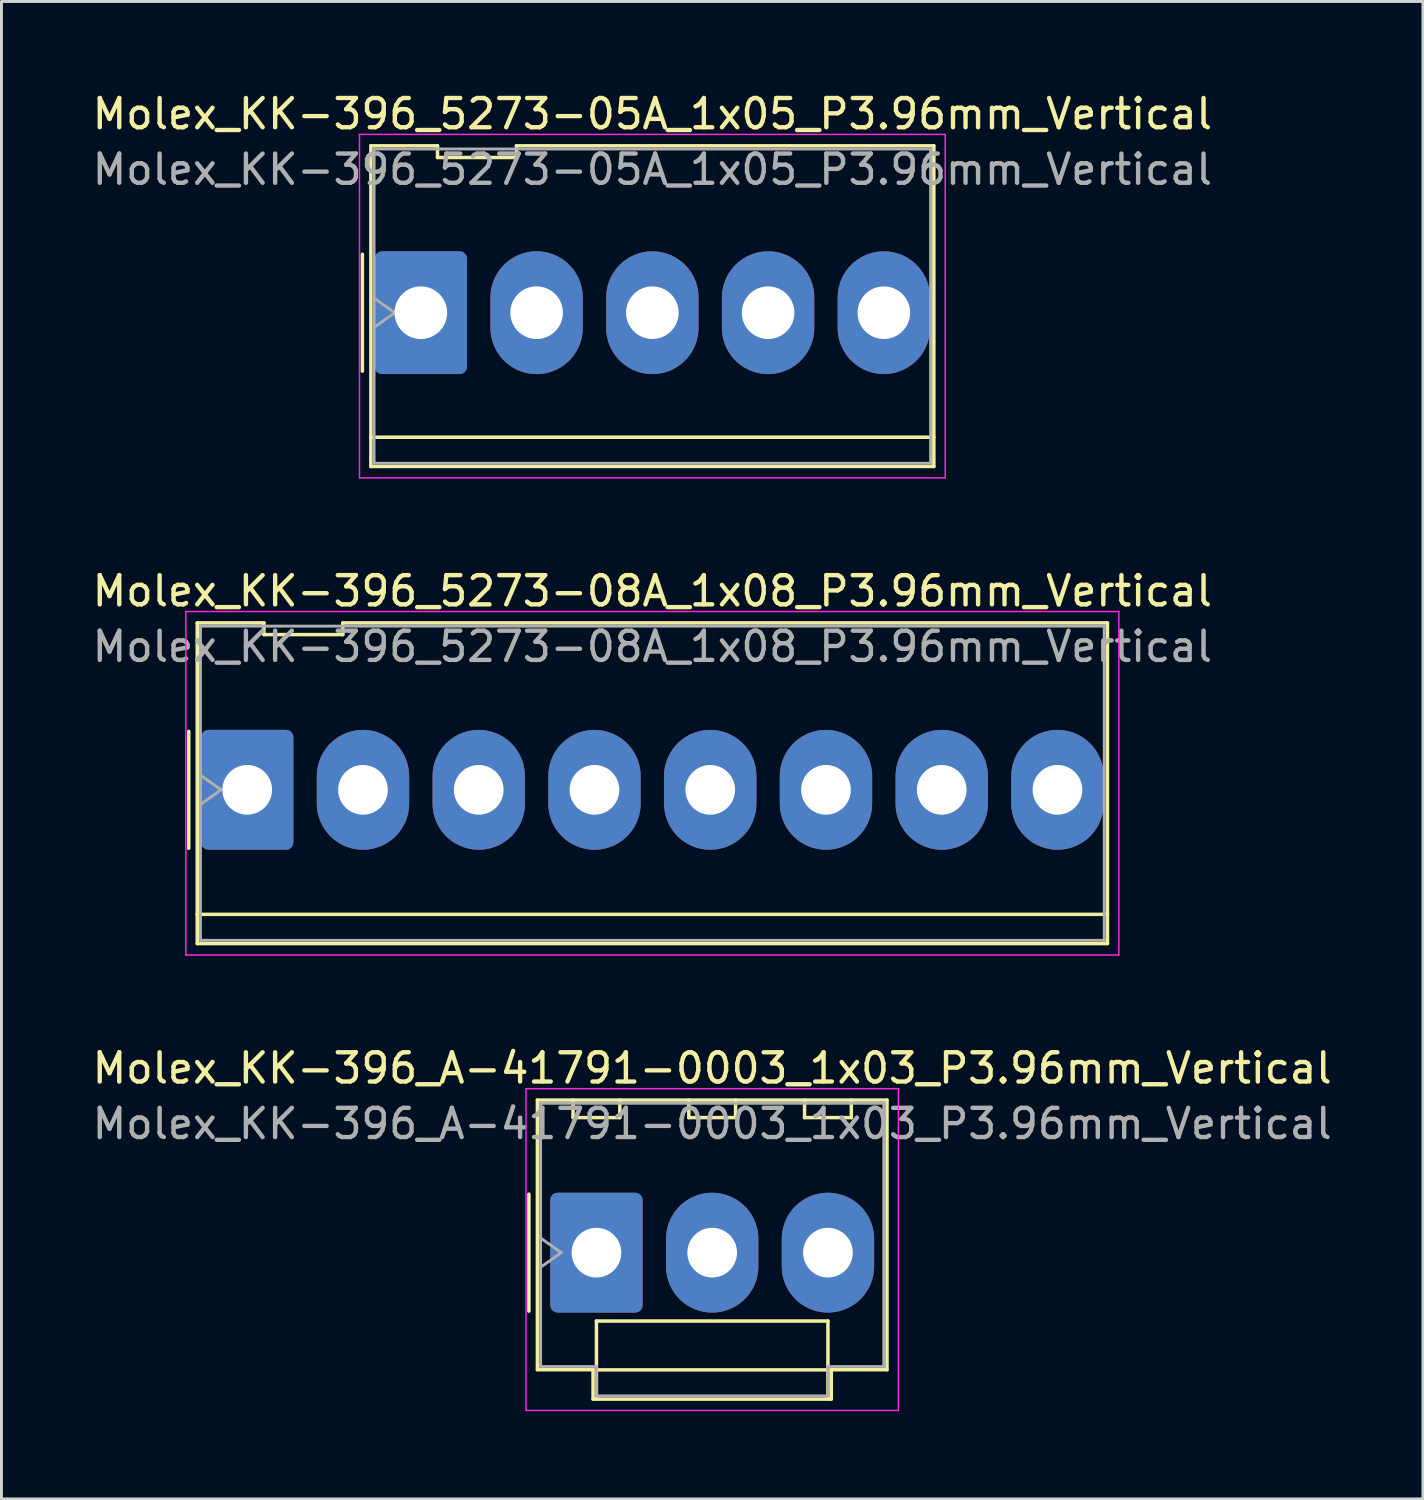
<source format=kicad_pcb>
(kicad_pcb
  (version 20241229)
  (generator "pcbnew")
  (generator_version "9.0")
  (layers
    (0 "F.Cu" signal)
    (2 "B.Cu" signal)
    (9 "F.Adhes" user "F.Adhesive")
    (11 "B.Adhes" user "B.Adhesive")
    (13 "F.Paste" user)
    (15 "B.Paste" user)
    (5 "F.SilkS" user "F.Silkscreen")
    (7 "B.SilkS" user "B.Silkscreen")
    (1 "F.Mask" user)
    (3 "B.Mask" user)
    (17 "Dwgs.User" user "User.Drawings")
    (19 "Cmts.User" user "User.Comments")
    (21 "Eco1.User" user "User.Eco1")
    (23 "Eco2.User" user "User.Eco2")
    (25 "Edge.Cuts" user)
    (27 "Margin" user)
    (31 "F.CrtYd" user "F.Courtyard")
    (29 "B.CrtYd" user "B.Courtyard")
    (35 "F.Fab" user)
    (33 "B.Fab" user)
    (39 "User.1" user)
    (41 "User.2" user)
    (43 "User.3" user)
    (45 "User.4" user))
  (footprint "Molex_KK-396_A-41791-0003_1x03_P3.96mm_Vertical"
    (layer "F.Cu")
    (at 17.355 39.805)
    (property "Reference" "Molex_KK-396_A-41791-0003_1x03_P3.96mm_Vertical" (at 3.96 -6.31 0) (layer "F.SilkS") (effects (font (size 1 1) (thickness 0.15))))
    (attr through_hole)
    (fp_line (start -2.31 -2) (end -2.31 2) (stroke (width 0.12) (type solid)) (layer "F.SilkS"))
    (fp_line (start -2.02 -5.22) (end 9.94 -5.22) (stroke (width 0.12) (type solid)) (layer "F.SilkS"))
    (fp_line (start -2.02 4.005) (end -2.02 -5.22) (stroke (width 0.12) (type solid)) (layer "F.SilkS"))
    (fp_line (start -0.8 -5.22) (end -0.8 -4.62) (stroke (width 0.12) (type solid)) (layer "F.SilkS"))
    (fp_line (start -0.8 -4.62) (end 0.8 -4.62) (stroke (width 0.12) (type solid)) (layer "F.SilkS"))
    (fp_line (start -0.115 4.005) (end -2.02 4.005) (stroke (width 0.12) (type solid)) (layer "F.SilkS"))
    (fp_line (start -0.115 5.01) (end -0.115 4.005) (stroke (width 0.12) (type solid)) (layer "F.SilkS"))
    (fp_line (start 0 2.34) (end 7.92 2.34) (stroke (width 0.12) (type solid)) (layer "F.SilkS"))
    (fp_line (start 0 4.01) (end 0 2.34) (stroke (width 0.12) (type solid)) (layer "F.SilkS"))
    (fp_line (start 0 4.01) (end 7.92 4.01) (stroke (width 0.12) (type solid)) (layer "F.SilkS"))
    (fp_line (start 0 5.01) (end 0 4.01) (stroke (width 0.12) (type solid)) (layer "F.SilkS"))
    (fp_line (start 0.8 -4.62) (end 0.8 -5.22) (stroke (width 0.12) (type solid)) (layer "F.SilkS"))
    (fp_line (start 3.16 -5.22) (end 3.16 -4.62) (stroke (width 0.12) (type solid)) (layer "F.SilkS"))
    (fp_line (start 3.16 -4.62) (end 4.76 -4.62) (stroke (width 0.12) (type solid)) (layer "F.SilkS"))
    (fp_line (start 4.76 -4.62) (end 4.76 -5.22) (stroke (width 0.12) (type solid)) (layer "F.SilkS"))
    (fp_line (start 7.12 -5.22) (end 7.12 -4.62) (stroke (width 0.12) (type solid)) (layer "F.SilkS"))
    (fp_line (start 7.12 -4.62) (end 8.72 -4.62) (stroke (width 0.12) (type solid)) (layer "F.SilkS"))
    (fp_line (start 7.92 2.34) (end 7.92 4.01) (stroke (width 0.12) (type solid)) (layer "F.SilkS"))
    (fp_line (start 7.92 4.01) (end 7.92 5.01) (stroke (width 0.12) (type solid)) (layer "F.SilkS"))
    (fp_line (start 8.035 4.005) (end 8.035 5.01) (stroke (width 0.12) (type solid)) (layer "F.SilkS"))
    (fp_line (start 8.035 5.01) (end -0.115 5.01) (stroke (width 0.12) (type solid)) (layer "F.SilkS"))
    (fp_line (start 8.72 -4.62) (end 8.72 -5.22) (stroke (width 0.12) (type solid)) (layer "F.SilkS"))
    (fp_line (start 9.94 -5.22) (end 9.94 4.005) (stroke (width 0.12) (type solid)) (layer "F.SilkS"))
    (fp_line (start 9.94 4.005) (end 8.035 4.005) (stroke (width 0.12) (type solid)) (layer "F.SilkS"))
    (fp_line (start -2.41 -5.61) (end -2.41 5.4) (stroke (width 0.05) (type solid)) (layer "F.CrtYd"))
    (fp_line (start -2.41 5.4) (end 10.33 5.4) (stroke (width 0.05) (type solid)) (layer "F.CrtYd"))
    (fp_line (start 10.33 -5.61) (end -2.41 -5.61) (stroke (width 0.05) (type solid)) (layer "F.CrtYd"))
    (fp_line (start 10.33 5.4) (end 10.33 -5.61) (stroke (width 0.05) (type solid)) (layer "F.CrtYd"))
    (fp_line (start -1.91 -5.11) (end 9.83 -5.11) (stroke (width 0.1) (type solid)) (layer "F.Fab"))
    (fp_line (start -1.91 -0.5) (end -1.203 0) (stroke (width 0.1) (type solid)) (layer "F.Fab"))
    (fp_line (start -1.91 3.895) (end -1.91 -5.11) (stroke (width 0.1) (type solid)) (layer "F.Fab"))
    (fp_line (start -1.203 0) (end -1.91 0.5) (stroke (width 0.1) (type solid)) (layer "F.Fab"))
    (fp_line (start -0.005 3.895) (end -1.91 3.895) (stroke (width 0.1) (type solid)) (layer "F.Fab"))
    (fp_line (start -0.005 4.9) (end -0.005 3.895) (stroke (width 0.1) (type solid)) (layer "F.Fab"))
    (fp_line (start 7.925 3.895) (end 7.925 4.9) (stroke (width 0.1) (type solid)) (layer "F.Fab"))
    (fp_line (start 7.925 4.9) (end -0.005 4.9) (stroke (width 0.1) (type solid)) (layer "F.Fab"))
    (fp_line (start 9.83 -5.11) (end 9.83 3.895) (stroke (width 0.1) (type solid)) (layer "F.Fab"))
    (fp_line (start 9.83 3.895) (end 7.925 3.895) (stroke (width 0.1) (type solid)) (layer "F.Fab"))
    (fp_text user "${REFERENCE}" (at 3.96 -4.41 0) (layer "F.Fab") (effects (font (size 1 1) (thickness 0.15))))
    (pad "1" thru_hole roundrect (at 0 0) (size 3.16 4.1) (drill 1.7) (layers "*.Cu" "*.Mask") (roundrect_rratio 0.079))
    (pad "2" thru_hole oval (at 3.96 0) (size 3.16 4.1) (drill 1.7) (layers "*.Cu" "*.Mask"))
    (pad "3" thru_hole oval (at 7.92 0) (size 3.16 4.1) (drill 1.7) (layers "*.Cu" "*.Mask")))
  (footprint "Molex_KK-396_5273-08A_1x08_P3.96mm_Vertical"
    (layer "F.Cu")
    (at 5.408 23.971)
    (property "Reference" "Molex_KK-396_5273-08A_1x08_P3.96mm_Vertical" (at 13.86 -6.8 0) (layer "F.SilkS") (effects (font (size 1 1) (thickness 0.15))))
    (attr through_hole)
    (fp_line (start -2 -2) (end -2 2) (stroke (width 0.12) (type solid)) (layer "F.SilkS"))
    (fp_line (start -1.71 -5.71) (end 0.57 -5.71) (stroke (width 0.12) (type solid)) (layer "F.SilkS"))
    (fp_line (start -1.71 4.26) (end -1.71 -5.71) (stroke (width 0.12) (type solid)) (layer "F.SilkS"))
    (fp_line (start -1.71 4.26) (end 29.43 4.26) (stroke (width 0.12) (type solid)) (layer "F.SilkS"))
    (fp_line (start -1.71 5.26) (end -1.71 4.26) (stroke (width 0.12) (type solid)) (layer "F.SilkS"))
    (fp_line (start 0.57 -5.71) (end 0.57 -5.31) (stroke (width 0.12) (type solid)) (layer "F.SilkS"))
    (fp_line (start 0.57 -5.31) (end 3.27 -5.31) (stroke (width 0.12) (type solid)) (layer "F.SilkS"))
    (fp_line (start 3.27 -5.71) (end 29.43 -5.71) (stroke (width 0.12) (type solid)) (layer "F.SilkS"))
    (fp_line (start 3.27 -5.31) (end 3.27 -5.71) (stroke (width 0.12) (type solid)) (layer "F.SilkS"))
    (fp_line (start 29.43 -5.71) (end 29.43 5.26) (stroke (width 0.12) (type solid)) (layer "F.SilkS"))
    (fp_line (start 29.43 5.26) (end -1.71 5.26) (stroke (width 0.12) (type solid)) (layer "F.SilkS"))
    (fp_line (start -2.1 -6.1) (end -2.1 5.65) (stroke (width 0.05) (type solid)) (layer "F.CrtYd"))
    (fp_line (start -2.1 5.65) (end 29.82 5.65) (stroke (width 0.05) (type solid)) (layer "F.CrtYd"))
    (fp_line (start 29.82 -6.1) (end -2.1 -6.1) (stroke (width 0.05) (type solid)) (layer "F.CrtYd"))
    (fp_line (start 29.82 5.65) (end 29.82 -6.1) (stroke (width 0.05) (type solid)) (layer "F.CrtYd"))
    (fp_line (start -1.6 -5.6) (end 29.32 -5.6) (stroke (width 0.1) (type solid)) (layer "F.Fab"))
    (fp_line (start -1.6 -0.5) (end -0.893 0) (stroke (width 0.1) (type solid)) (layer "F.Fab"))
    (fp_line (start -1.6 5.15) (end -1.6 -5.6) (stroke (width 0.1) (type solid)) (layer "F.Fab"))
    (fp_line (start -0.893 0) (end -1.6 0.5) (stroke (width 0.1) (type solid)) (layer "F.Fab"))
    (fp_line (start 29.32 -5.6) (end 29.32 5.15) (stroke (width 0.1) (type solid)) (layer "F.Fab"))
    (fp_line (start 29.32 5.15) (end -1.6 5.15) (stroke (width 0.1) (type solid)) (layer "F.Fab"))
    (fp_text user "${REFERENCE}" (at 13.86 -4.9 0) (layer "F.Fab") (effects (font (size 1 1) (thickness 0.15))))
    (pad "1" thru_hole roundrect (at 0 0) (size 3.16 4.1) (drill 1.7) (layers "*.Cu" "*.Mask") (roundrect_rratio 0.079))
    (pad "2" thru_hole oval (at 3.96 0) (size 3.16 4.1) (drill 1.7) (layers "*.Cu" "*.Mask"))
    (pad "3" thru_hole oval (at 7.92 0) (size 3.16 4.1) (drill 1.7) (layers "*.Cu" "*.Mask"))
    (pad "4" thru_hole oval (at 11.88 0) (size 3.16 4.1) (drill 1.7) (layers "*.Cu" "*.Mask"))
    (pad "5" thru_hole oval (at 15.84 0) (size 3.16 4.1) (drill 1.7) (layers "*.Cu" "*.Mask"))
    (pad "6" thru_hole oval (at 19.8 0) (size 3.16 4.1) (drill 1.7) (layers "*.Cu" "*.Mask"))
    (pad "7" thru_hole oval (at 23.76 0) (size 3.16 4.1) (drill 1.7) (layers "*.Cu" "*.Mask"))
    (pad "8" thru_hole oval (at 27.72 0) (size 3.16 4.1) (drill 1.7) (layers "*.Cu" "*.Mask")))
  (footprint "Molex_KK-396_5273-05A_1x05_P3.96mm_Vertical"
    (layer "F.Cu")
    (at 11.348 7.648)
    (property "Reference" "Molex_KK-396_5273-05A_1x05_P3.96mm_Vertical" (at 7.92 -6.8 0) (layer "F.SilkS") (effects (font (size 1 1) (thickness 0.15))))
    (attr through_hole)
    (fp_line (start -2 -2) (end -2 2) (stroke (width 0.12) (type solid)) (layer "F.SilkS"))
    (fp_line (start -1.71 -5.71) (end 0.57 -5.71) (stroke (width 0.12) (type solid)) (layer "F.SilkS"))
    (fp_line (start -1.71 4.26) (end -1.71 -5.71) (stroke (width 0.12) (type solid)) (layer "F.SilkS"))
    (fp_line (start -1.71 4.26) (end 17.55 4.26) (stroke (width 0.12) (type solid)) (layer "F.SilkS"))
    (fp_line (start -1.71 5.26) (end -1.71 4.26) (stroke (width 0.12) (type solid)) (layer "F.SilkS"))
    (fp_line (start 0.57 -5.71) (end 0.57 -5.31) (stroke (width 0.12) (type solid)) (layer "F.SilkS"))
    (fp_line (start 0.57 -5.31) (end 3.27 -5.31) (stroke (width 0.12) (type solid)) (layer "F.SilkS"))
    (fp_line (start 3.27 -5.71) (end 17.55 -5.71) (stroke (width 0.12) (type solid)) (layer "F.SilkS"))
    (fp_line (start 3.27 -5.31) (end 3.27 -5.71) (stroke (width 0.12) (type solid)) (layer "F.SilkS"))
    (fp_line (start 17.55 -5.71) (end 17.55 5.26) (stroke (width 0.12) (type solid)) (layer "F.SilkS"))
    (fp_line (start 17.55 5.26) (end -1.71 5.26) (stroke (width 0.12) (type solid)) (layer "F.SilkS"))
    (fp_line (start -2.1 -6.1) (end -2.1 5.65) (stroke (width 0.05) (type solid)) (layer "F.CrtYd"))
    (fp_line (start -2.1 5.65) (end 17.94 5.65) (stroke (width 0.05) (type solid)) (layer "F.CrtYd"))
    (fp_line (start 17.94 -6.1) (end -2.1 -6.1) (stroke (width 0.05) (type solid)) (layer "F.CrtYd"))
    (fp_line (start 17.94 5.65) (end 17.94 -6.1) (stroke (width 0.05) (type solid)) (layer "F.CrtYd"))
    (fp_line (start -1.6 -5.6) (end 17.44 -5.6) (stroke (width 0.1) (type solid)) (layer "F.Fab"))
    (fp_line (start -1.6 -0.5) (end -0.893 0) (stroke (width 0.1) (type solid)) (layer "F.Fab"))
    (fp_line (start -1.6 5.15) (end -1.6 -5.6) (stroke (width 0.1) (type solid)) (layer "F.Fab"))
    (fp_line (start -0.893 0) (end -1.6 0.5) (stroke (width 0.1) (type solid)) (layer "F.Fab"))
    (fp_line (start 17.44 -5.6) (end 17.44 5.15) (stroke (width 0.1) (type solid)) (layer "F.Fab"))
    (fp_line (start 17.44 5.15) (end -1.6 5.15) (stroke (width 0.1) (type solid)) (layer "F.Fab"))
    (fp_text user "${REFERENCE}" (at 7.92 -4.9 0) (layer "F.Fab") (effects (font (size 1 1) (thickness 0.15))))
    (pad "1" thru_hole roundrect (at 0 0) (size 3.16 4.2) (drill 1.8) (layers "*.Cu" "*.Mask") (roundrect_rratio 0.079))
    (pad "2" thru_hole oval (at 3.96 0) (size 3.16 4.2) (drill 1.8) (layers "*.Cu" "*.Mask"))
    (pad "3" thru_hole oval (at 7.92 0) (size 3.16 4.2) (drill 1.8) (layers "*.Cu" "*.Mask"))
    (pad "4" thru_hole oval (at 11.88 0) (size 3.16 4.2) (drill 1.8) (layers "*.Cu" "*.Mask"))
    (pad "5" thru_hole oval (at 15.84 0) (size 3.16 4.2) (drill 1.8) (layers "*.Cu" "*.Mask")))
  (gr_rect
    (start -3 -3)
    (end 45.631 48.23)
    (stroke (width 0.1) (type default))
    (fill no)
    (layer "Edge.Cuts")))
</source>
